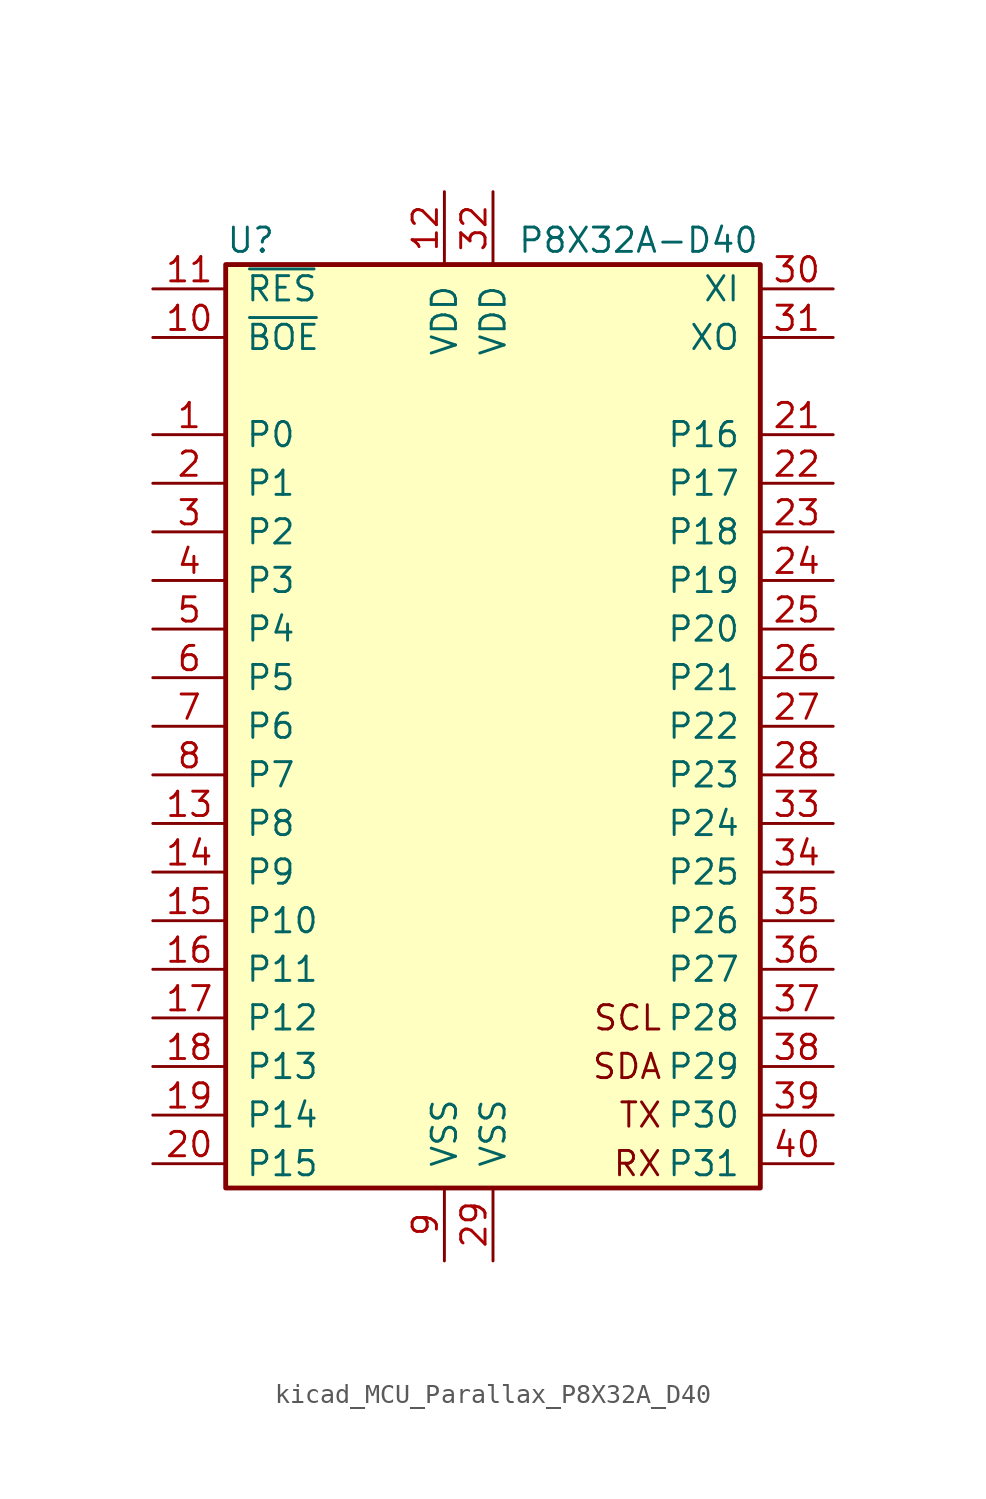
<source format=kicad_sym>
(kicad_symbol_lib
  (version 20220914)
  (generator kicad_symbol_editor)
  (symbol "kicad_MCU_Parallax_P8X32A_D40"
    (pin_names
      (offset 1.016))
    (property "Reference" "U"
      (at -13.97 25.4 0)
      (effects (font (size 1.27 1.27)) (justify left)))
    (property "Value" "P8X32A-D40"
      (at 1.27 25.4 0)
      (effects (font (size 1.27 1.27)) (justify left)))
    (symbol "kicad_MCU_Parallax_P8X32A_D40_0_1"
      (rectangle (start -13.97 24.13) (end 13.97 -24.13) (stroke (width 0.254) (type default)) (fill (type background)))
      (text "RX" (at 8.89 -22.86 0) (effects (font (size 1.27 1.27)) (justify right)))
      (text "SCL" (at 8.89 -15.24 0) (effects (font (size 1.27 1.27)) (justify right)))
      (text "SDA" (at 8.89 -17.78 0) (effects (font (size 1.27 1.27)) (justify right)))
      (text "TX" (at 8.89 -20.32 0) (effects (font (size 1.27 1.27)) (justify right)))
      (pin bidirectional line (at -17.78 15.24 0) (length 3.81) (name "P0" (effects (font (size 1.27 1.27)))) (number "1" (effects (font (size 1.27 1.27)))))
      (pin input line (at -17.78 20.32 0) (length 3.81) (name "~{BOE}" (effects (font (size 1.27 1.27)))) (number "10" (effects (font (size 1.27 1.27)))))
      (pin bidirectional line (at -17.78 22.86 0) (length 3.81) (name "~{RES}" (effects (font (size 1.27 1.27)))) (number "11" (effects (font (size 1.27 1.27)))))
      (pin power_in line (at -2.54 27.94 270) (length 3.81) (name "VDD" (effects (font (size 1.27 1.27)))) (number "12" (effects (font (size 1.27 1.27)))))
      (pin bidirectional line (at -17.78 -5.08 0) (length 3.81) (name "P8" (effects (font (size 1.27 1.27)))) (number "13" (effects (font (size 1.27 1.27)))))
      (pin bidirectional line (at -17.78 -7.62 0) (length 3.81) (name "P9" (effects (font (size 1.27 1.27)))) (number "14" (effects (font (size 1.27 1.27)))))
      (pin bidirectional line (at -17.78 -10.16 0) (length 3.81) (name "P10" (effects (font (size 1.27 1.27)))) (number "15" (effects (font (size 1.27 1.27)))))
      (pin bidirectional line (at -17.78 -12.7 0) (length 3.81) (name "P11" (effects (font (size 1.27 1.27)))) (number "16" (effects (font (size 1.27 1.27)))))
      (pin bidirectional line (at -17.78 -15.24 0) (length 3.81) (name "P12" (effects (font (size 1.27 1.27)))) (number "17" (effects (font (size 1.27 1.27)))))
      (pin bidirectional line (at -17.78 -17.78 0) (length 3.81) (name "P13" (effects (font (size 1.27 1.27)))) (number "18" (effects (font (size 1.27 1.27)))))
      (pin bidirectional line (at -17.78 -20.32 0) (length 3.81) (name "P14" (effects (font (size 1.27 1.27)))) (number "19" (effects (font (size 1.27 1.27)))))
      (pin bidirectional line (at -17.78 12.7 0) (length 3.81) (name "P1" (effects (font (size 1.27 1.27)))) (number "2" (effects (font (size 1.27 1.27)))))
      (pin bidirectional line (at -17.78 -22.86 0) (length 3.81) (name "P15" (effects (font (size 1.27 1.27)))) (number "20" (effects (font (size 1.27 1.27)))))
      (pin bidirectional line (at 17.78 15.24 180) (length 3.81) (name "P16" (effects (font (size 1.27 1.27)))) (number "21" (effects (font (size 1.27 1.27)))))
      (pin bidirectional line (at 17.78 12.7 180) (length 3.81) (name "P17" (effects (font (size 1.27 1.27)))) (number "22" (effects (font (size 1.27 1.27)))))
      (pin bidirectional line (at 17.78 10.16 180) (length 3.81) (name "P18" (effects (font (size 1.27 1.27)))) (number "23" (effects (font (size 1.27 1.27)))))
      (pin bidirectional line (at 17.78 7.62 180) (length 3.81) (name "P19" (effects (font (size 1.27 1.27)))) (number "24" (effects (font (size 1.27 1.27)))))
      (pin bidirectional line (at 17.78 5.08 180) (length 3.81) (name "P20" (effects (font (size 1.27 1.27)))) (number "25" (effects (font (size 1.27 1.27)))))
      (pin bidirectional line (at 17.78 2.54 180) (length 3.81) (name "P21" (effects (font (size 1.27 1.27)))) (number "26" (effects (font (size 1.27 1.27)))))
      (pin bidirectional line (at 17.78 0 180) (length 3.81) (name "P22" (effects (font (size 1.27 1.27)))) (number "27" (effects (font (size 1.27 1.27)))))
      (pin bidirectional line (at 17.78 -2.54 180) (length 3.81) (name "P23" (effects (font (size 1.27 1.27)))) (number "28" (effects (font (size 1.27 1.27)))))
      (pin power_in line (at 0 -27.94 90) (length 3.81) (name "VSS" (effects (font (size 1.27 1.27)))) (number "29" (effects (font (size 1.27 1.27)))))
      (pin bidirectional line (at -17.78 10.16 0) (length 3.81) (name "P2" (effects (font (size 1.27 1.27)))) (number "3" (effects (font (size 1.27 1.27)))))
      (pin input line (at 17.78 22.86 180) (length 3.81) (name "XI" (effects (font (size 1.27 1.27)))) (number "30" (effects (font (size 1.27 1.27)))))
      (pin output line (at 17.78 20.32 180) (length 3.81) (name "XO" (effects (font (size 1.27 1.27)))) (number "31" (effects (font (size 1.27 1.27)))))
      (pin power_in line (at 0 27.94 270) (length 3.81) (name "VDD" (effects (font (size 1.27 1.27)))) (number "32" (effects (font (size 1.27 1.27)))))
      (pin bidirectional line (at 17.78 -5.08 180) (length 3.81) (name "P24" (effects (font (size 1.27 1.27)))) (number "33" (effects (font (size 1.27 1.27)))))
      (pin bidirectional line (at 17.78 -7.62 180) (length 3.81) (name "P25" (effects (font (size 1.27 1.27)))) (number "34" (effects (font (size 1.27 1.27)))))
      (pin bidirectional line (at 17.78 -10.16 180) (length 3.81) (name "P26" (effects (font (size 1.27 1.27)))) (number "35" (effects (font (size 1.27 1.27)))))
      (pin bidirectional line (at 17.78 -12.7 180) (length 3.81) (name "P27" (effects (font (size 1.27 1.27)))) (number "36" (effects (font (size 1.27 1.27)))))
      (pin bidirectional line (at 17.78 -15.24 180) (length 3.81) (name "P28" (effects (font (size 1.27 1.27)))) (number "37" (effects (font (size 1.27 1.27)))))
      (pin bidirectional line (at 17.78 -17.78 180) (length 3.81) (name "P29" (effects (font (size 1.27 1.27)))) (number "38" (effects (font (size 1.27 1.27)))))
      (pin bidirectional line (at 17.78 -20.32 180) (length 3.81) (name "P30" (effects (font (size 1.27 1.27)))) (number "39" (effects (font (size 1.27 1.27)))))
      (pin bidirectional line (at -17.78 7.62 0) (length 3.81) (name "P3" (effects (font (size 1.27 1.27)))) (number "4" (effects (font (size 1.27 1.27)))))
      (pin bidirectional line (at 17.78 -22.86 180) (length 3.81) (name "P31" (effects (font (size 1.27 1.27)))) (number "40" (effects (font (size 1.27 1.27)))))
      (pin bidirectional line (at -17.78 5.08 0) (length 3.81) (name "P4" (effects (font (size 1.27 1.27)))) (number "5" (effects (font (size 1.27 1.27)))))
      (pin bidirectional line (at -17.78 2.54 0) (length 3.81) (name "P5" (effects (font (size 1.27 1.27)))) (number "6" (effects (font (size 1.27 1.27)))))
      (pin bidirectional line (at -17.78 0 0) (length 3.81) (name "P6" (effects (font (size 1.27 1.27)))) (number "7" (effects (font (size 1.27 1.27)))))
      (pin bidirectional line (at -17.78 -2.54 0) (length 3.81) (name "P7" (effects (font (size 1.27 1.27)))) (number "8" (effects (font (size 1.27 1.27)))))
      (pin power_in line (at -2.54 -27.94 90) (length 3.81) (name "VSS" (effects (font (size 1.27 1.27)))) (number "9" (effects (font (size 1.27 1.27))))))))
</source>
